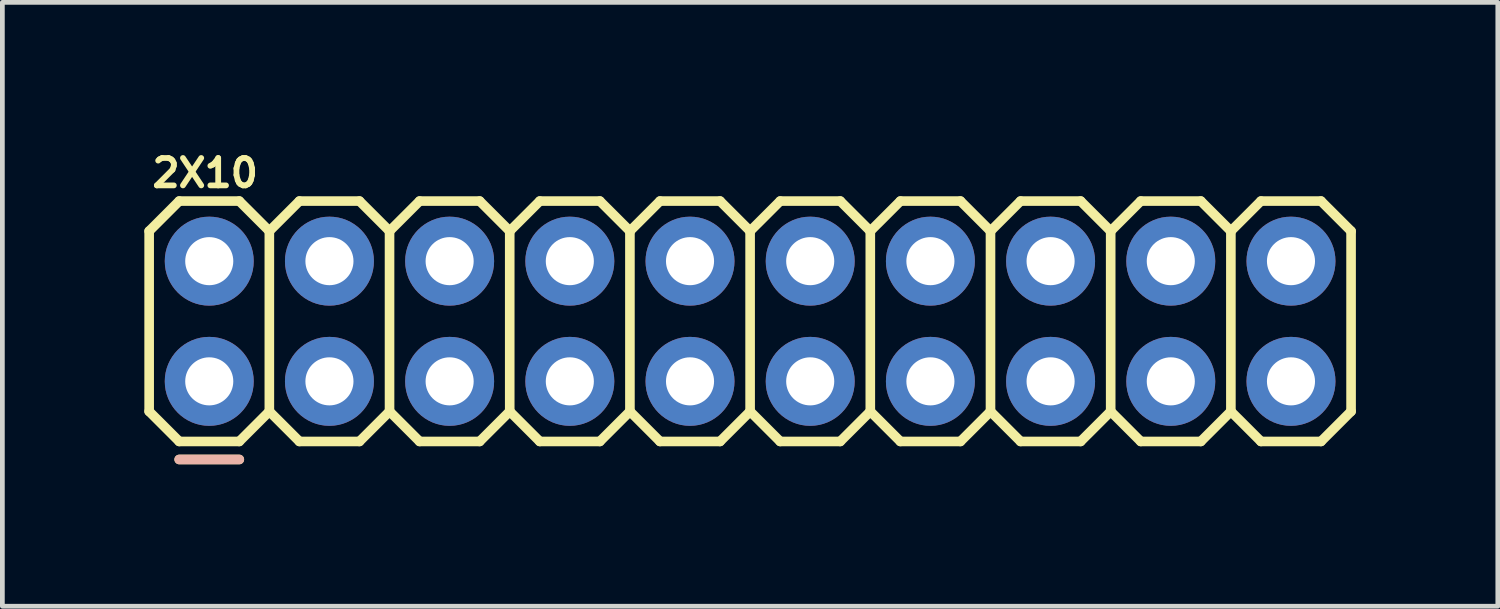
<source format=kicad_pcb>
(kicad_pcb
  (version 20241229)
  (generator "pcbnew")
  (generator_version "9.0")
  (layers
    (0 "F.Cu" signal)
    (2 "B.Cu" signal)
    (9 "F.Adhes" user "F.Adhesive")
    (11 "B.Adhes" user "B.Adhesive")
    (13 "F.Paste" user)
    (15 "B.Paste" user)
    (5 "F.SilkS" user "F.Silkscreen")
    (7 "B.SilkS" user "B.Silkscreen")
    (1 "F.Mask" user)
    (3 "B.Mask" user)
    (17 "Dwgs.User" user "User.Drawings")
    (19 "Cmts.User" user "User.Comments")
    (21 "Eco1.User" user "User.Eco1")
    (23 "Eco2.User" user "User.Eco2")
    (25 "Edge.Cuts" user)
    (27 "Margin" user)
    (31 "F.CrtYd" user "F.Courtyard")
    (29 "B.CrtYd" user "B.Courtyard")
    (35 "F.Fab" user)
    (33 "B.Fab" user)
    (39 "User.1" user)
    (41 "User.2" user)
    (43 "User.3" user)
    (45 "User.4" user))
  (footprint "2X10"
    (layer "F.Cu")
    (at 1.372 5.009)
    (property "Reference" "2X10" (at -1.27 -4.064 0) (layer "F.SilkS") (effects (font (size 0.579 0.579) (thickness 0.122)) (justify left bottom)))
    (attr through_hole)
    (fp_line (start -1.27 -3.175) (end -0.635 -3.81) (stroke (width 0.203) (type solid)) (layer "F.SilkS"))
    (fp_line (start -1.27 0.635) (end -1.27 -3.175) (stroke (width 0.203) (type solid)) (layer "F.SilkS"))
    (fp_line (start -1.27 0.635) (end -0.635 1.27) (stroke (width 0.203) (type solid)) (layer "F.SilkS"))
    (fp_line (start -0.635 -3.81) (end 0.635 -3.81) (stroke (width 0.203) (type solid)) (layer "F.SilkS"))
    (fp_line (start -0.635 1.27) (end 0.635 1.27) (stroke (width 0.203) (type solid)) (layer "F.SilkS"))
    (fp_line (start -0.635 1.651) (end 0.635 1.651) (stroke (width 0.203) (type solid)) (layer "F.SilkS"))
    (fp_line (start 0.635 -3.81) (end 1.27 -3.175) (stroke (width 0.203) (type solid)) (layer "F.SilkS"))
    (fp_line (start 0.635 1.27) (end 1.27 0.635) (stroke (width 0.203) (type solid)) (layer "F.SilkS"))
    (fp_line (start 1.27 -3.175) (end 1.27 0.635) (stroke (width 0.203) (type solid)) (layer "F.SilkS"))
    (fp_line (start 1.27 -3.175) (end 1.905 -3.81) (stroke (width 0.203) (type solid)) (layer "F.SilkS"))
    (fp_line (start 1.27 0.635) (end 1.905 1.27) (stroke (width 0.203) (type solid)) (layer "F.SilkS"))
    (fp_line (start 1.905 -3.81) (end 3.175 -3.81) (stroke (width 0.203) (type solid)) (layer "F.SilkS"))
    (fp_line (start 1.905 1.27) (end 3.175 1.27) (stroke (width 0.203) (type solid)) (layer "F.SilkS"))
    (fp_line (start 3.175 -3.81) (end 3.81 -3.175) (stroke (width 0.203) (type solid)) (layer "F.SilkS"))
    (fp_line (start 3.175 1.27) (end 3.81 0.635) (stroke (width 0.203) (type solid)) (layer "F.SilkS"))
    (fp_line (start 3.81 -3.175) (end 3.81 0.635) (stroke (width 0.203) (type solid)) (layer "F.SilkS"))
    (fp_line (start 3.81 -3.175) (end 4.445 -3.81) (stroke (width 0.203) (type solid)) (layer "F.SilkS"))
    (fp_line (start 3.81 0.635) (end 4.445 1.27) (stroke (width 0.203) (type solid)) (layer "F.SilkS"))
    (fp_line (start 4.445 -3.81) (end 5.715 -3.81) (stroke (width 0.203) (type solid)) (layer "F.SilkS"))
    (fp_line (start 4.445 1.27) (end 5.715 1.27) (stroke (width 0.203) (type solid)) (layer "F.SilkS"))
    (fp_line (start 5.715 -3.81) (end 6.35 -3.175) (stroke (width 0.203) (type solid)) (layer "F.SilkS"))
    (fp_line (start 5.715 1.27) (end 6.35 0.635) (stroke (width 0.203) (type solid)) (layer "F.SilkS"))
    (fp_line (start 6.35 -3.175) (end 6.35 0.635) (stroke (width 0.203) (type solid)) (layer "F.SilkS"))
    (fp_line (start 6.35 -3.175) (end 6.985 -3.81) (stroke (width 0.203) (type solid)) (layer "F.SilkS"))
    (fp_line (start 6.35 0.635) (end 6.985 1.27) (stroke (width 0.203) (type solid)) (layer "F.SilkS"))
    (fp_line (start 6.985 -3.81) (end 8.255 -3.81) (stroke (width 0.203) (type solid)) (layer "F.SilkS"))
    (fp_line (start 6.985 1.27) (end 8.255 1.27) (stroke (width 0.203) (type solid)) (layer "F.SilkS"))
    (fp_line (start 8.255 -3.81) (end 8.89 -3.175) (stroke (width 0.203) (type solid)) (layer "F.SilkS"))
    (fp_line (start 8.255 1.27) (end 8.89 0.635) (stroke (width 0.203) (type solid)) (layer "F.SilkS"))
    (fp_line (start 8.89 -3.175) (end 8.89 0.635) (stroke (width 0.203) (type solid)) (layer "F.SilkS"))
    (fp_line (start 8.89 -3.175) (end 9.525 -3.81) (stroke (width 0.203) (type solid)) (layer "F.SilkS"))
    (fp_line (start 8.89 0.635) (end 9.525 1.27) (stroke (width 0.203) (type solid)) (layer "F.SilkS"))
    (fp_line (start 9.525 -3.81) (end 10.795 -3.81) (stroke (width 0.203) (type solid)) (layer "F.SilkS"))
    (fp_line (start 9.525 1.27) (end 10.795 1.27) (stroke (width 0.203) (type solid)) (layer "F.SilkS"))
    (fp_line (start 10.795 -3.81) (end 11.43 -3.175) (stroke (width 0.203) (type solid)) (layer "F.SilkS"))
    (fp_line (start 10.795 1.27) (end 11.43 0.635) (stroke (width 0.203) (type solid)) (layer "F.SilkS"))
    (fp_line (start 11.43 -3.175) (end 11.43 0.635) (stroke (width 0.203) (type solid)) (layer "F.SilkS"))
    (fp_line (start 11.43 -3.175) (end 12.065 -3.81) (stroke (width 0.203) (type solid)) (layer "F.SilkS"))
    (fp_line (start 11.43 0.635) (end 12.065 1.27) (stroke (width 0.203) (type solid)) (layer "F.SilkS"))
    (fp_line (start 12.065 -3.81) (end 13.335 -3.81) (stroke (width 0.203) (type solid)) (layer "F.SilkS"))
    (fp_line (start 12.065 1.27) (end 13.335 1.27) (stroke (width 0.203) (type solid)) (layer "F.SilkS"))
    (fp_line (start 13.335 -3.81) (end 13.97 -3.175) (stroke (width 0.203) (type solid)) (layer "F.SilkS"))
    (fp_line (start 13.335 1.27) (end 13.97 0.635) (stroke (width 0.203) (type solid)) (layer "F.SilkS"))
    (fp_line (start 13.97 -3.175) (end 13.97 0.635) (stroke (width 0.203) (type solid)) (layer "F.SilkS"))
    (fp_line (start 13.97 -3.175) (end 14.605 -3.81) (stroke (width 0.203) (type solid)) (layer "F.SilkS"))
    (fp_line (start 13.97 0.635) (end 14.605 1.27) (stroke (width 0.203) (type solid)) (layer "F.SilkS"))
    (fp_line (start 14.605 -3.81) (end 15.875 -3.81) (stroke (width 0.203) (type solid)) (layer "F.SilkS"))
    (fp_line (start 14.605 1.27) (end 15.875 1.27) (stroke (width 0.203) (type solid)) (layer "F.SilkS"))
    (fp_line (start 15.875 -3.81) (end 16.51 -3.175) (stroke (width 0.203) (type solid)) (layer "F.SilkS"))
    (fp_line (start 16.51 -3.175) (end 16.51 0.635) (stroke (width 0.203) (type solid)) (layer "F.SilkS"))
    (fp_line (start 16.51 -3.175) (end 17.145 -3.81) (stroke (width 0.203) (type solid)) (layer "F.SilkS"))
    (fp_line (start 16.51 0.635) (end 15.875 1.27) (stroke (width 0.203) (type solid)) (layer "F.SilkS"))
    (fp_line (start 16.51 0.635) (end 17.145 1.27) (stroke (width 0.203) (type solid)) (layer "F.SilkS"))
    (fp_line (start 17.145 -3.81) (end 18.415 -3.81) (stroke (width 0.203) (type solid)) (layer "F.SilkS"))
    (fp_line (start 17.145 1.27) (end 18.415 1.27) (stroke (width 0.203) (type solid)) (layer "F.SilkS"))
    (fp_line (start 18.415 -3.81) (end 19.05 -3.175) (stroke (width 0.203) (type solid)) (layer "F.SilkS"))
    (fp_line (start 19.05 -3.175) (end 19.05 0.635) (stroke (width 0.203) (type solid)) (layer "F.SilkS"))
    (fp_line (start 19.05 -3.175) (end 19.685 -3.81) (stroke (width 0.203) (type solid)) (layer "F.SilkS"))
    (fp_line (start 19.05 0.635) (end 18.415 1.27) (stroke (width 0.203) (type solid)) (layer "F.SilkS"))
    (fp_line (start 19.05 0.635) (end 19.685 1.27) (stroke (width 0.203) (type solid)) (layer "F.SilkS"))
    (fp_line (start 19.685 -3.81) (end 20.955 -3.81) (stroke (width 0.203) (type solid)) (layer "F.SilkS"))
    (fp_line (start 19.685 1.27) (end 20.955 1.27) (stroke (width 0.203) (type solid)) (layer "F.SilkS"))
    (fp_line (start 20.955 -3.81) (end 21.59 -3.175) (stroke (width 0.203) (type solid)) (layer "F.SilkS"))
    (fp_line (start 21.59 -3.175) (end 21.59 0.635) (stroke (width 0.203) (type solid)) (layer "F.SilkS"))
    (fp_line (start 21.59 -3.175) (end 22.225 -3.81) (stroke (width 0.203) (type solid)) (layer "F.SilkS"))
    (fp_line (start 21.59 0.635) (end 20.955 1.27) (stroke (width 0.203) (type solid)) (layer "F.SilkS"))
    (fp_line (start 21.59 0.635) (end 22.225 1.27) (stroke (width 0.203) (type solid)) (layer "F.SilkS"))
    (fp_line (start 22.225 -3.81) (end 23.495 -3.81) (stroke (width 0.203) (type solid)) (layer "F.SilkS"))
    (fp_line (start 22.225 1.27) (end 23.495 1.27) (stroke (width 0.203) (type solid)) (layer "F.SilkS"))
    (fp_line (start 23.495 -3.81) (end 24.13 -3.175) (stroke (width 0.203) (type solid)) (layer "F.SilkS"))
    (fp_line (start 24.13 -3.175) (end 24.13 0.635) (stroke (width 0.203) (type solid)) (layer "F.SilkS"))
    (fp_line (start 24.13 0.635) (end 23.495 1.27) (stroke (width 0.203) (type solid)) (layer "F.SilkS"))
    (fp_line (start -0.635 1.651) (end 0.635 1.651) (stroke (width 0.203) (type solid)) (layer "B.SilkS"))
    (fp_poly (pts (xy -0.254 -2.286) (xy 0.254 -2.286) (xy 0.254 -2.794) (xy -0.254 -2.794)) (stroke (width 0.1) (type solid)) (fill no) (layer "F.Fab"))
    (fp_poly (pts (xy -0.254 0.254) (xy 0.254 0.254) (xy 0.254 -0.254) (xy -0.254 -0.254)) (stroke (width 0.1) (type solid)) (fill no) (layer "F.Fab"))
    (fp_poly (pts (xy 2.286 -2.286) (xy 2.794 -2.286) (xy 2.794 -2.794) (xy 2.286 -2.794)) (stroke (width 0.1) (type solid)) (fill no) (layer "F.Fab"))
    (fp_poly (pts (xy 2.286 0.254) (xy 2.794 0.254) (xy 2.794 -0.254) (xy 2.286 -0.254)) (stroke (width 0.1) (type solid)) (fill no) (layer "F.Fab"))
    (fp_poly (pts (xy 4.826 -2.286) (xy 5.334 -2.286) (xy 5.334 -2.794) (xy 4.826 -2.794)) (stroke (width 0.1) (type solid)) (fill no) (layer "F.Fab"))
    (fp_poly (pts (xy 4.826 0.254) (xy 5.334 0.254) (xy 5.334 -0.254) (xy 4.826 -0.254)) (stroke (width 0.1) (type solid)) (fill no) (layer "F.Fab"))
    (fp_poly (pts (xy 7.366 -2.286) (xy 7.874 -2.286) (xy 7.874 -2.794) (xy 7.366 -2.794)) (stroke (width 0.1) (type solid)) (fill no) (layer "F.Fab"))
    (fp_poly (pts (xy 7.366 0.254) (xy 7.874 0.254) (xy 7.874 -0.254) (xy 7.366 -0.254)) (stroke (width 0.1) (type solid)) (fill no) (layer "F.Fab"))
    (fp_poly (pts (xy 9.906 -2.286) (xy 10.414 -2.286) (xy 10.414 -2.794) (xy 9.906 -2.794)) (stroke (width 0.1) (type solid)) (fill no) (layer "F.Fab"))
    (fp_poly (pts (xy 9.906 0.254) (xy 10.414 0.254) (xy 10.414 -0.254) (xy 9.906 -0.254)) (stroke (width 0.1) (type solid)) (fill no) (layer "F.Fab"))
    (fp_poly (pts (xy 12.446 -2.286) (xy 12.954 -2.286) (xy 12.954 -2.794) (xy 12.446 -2.794)) (stroke (width 0.1) (type solid)) (fill no) (layer "F.Fab"))
    (fp_poly (pts (xy 12.446 0.254) (xy 12.954 0.254) (xy 12.954 -0.254) (xy 12.446 -0.254)) (stroke (width 0.1) (type solid)) (fill no) (layer "F.Fab"))
    (fp_poly (pts (xy 14.986 -2.286) (xy 15.494 -2.286) (xy 15.494 -2.794) (xy 14.986 -2.794)) (stroke (width 0.1) (type solid)) (fill no) (layer "F.Fab"))
    (fp_poly (pts (xy 14.986 0.254) (xy 15.494 0.254) (xy 15.494 -0.254) (xy 14.986 -0.254)) (stroke (width 0.1) (type solid)) (fill no) (layer "F.Fab"))
    (fp_poly (pts (xy 17.526 -2.286) (xy 18.034 -2.286) (xy 18.034 -2.794) (xy 17.526 -2.794)) (stroke (width 0.1) (type solid)) (fill no) (layer "F.Fab"))
    (fp_poly (pts (xy 17.526 0.254) (xy 18.034 0.254) (xy 18.034 -0.254) (xy 17.526 -0.254)) (stroke (width 0.1) (type solid)) (fill no) (layer "F.Fab"))
    (fp_poly (pts (xy 20.066 -2.286) (xy 20.574 -2.286) (xy 20.574 -2.794) (xy 20.066 -2.794)) (stroke (width 0.1) (type solid)) (fill no) (layer "F.Fab"))
    (fp_poly (pts (xy 20.066 0.254) (xy 20.574 0.254) (xy 20.574 -0.254) (xy 20.066 -0.254)) (stroke (width 0.1) (type solid)) (fill no) (layer "F.Fab"))
    (fp_poly (pts (xy 22.606 -2.286) (xy 23.114 -2.286) (xy 23.114 -2.794) (xy 22.606 -2.794)) (stroke (width 0.1) (type solid)) (fill no) (layer "F.Fab"))
    (fp_poly (pts (xy 22.606 0.254) (xy 23.114 0.254) (xy 23.114 -0.254) (xy 22.606 -0.254)) (stroke (width 0.1) (type solid)) (fill no) (layer "F.Fab"))
    (pad "1" thru_hole circle (at 0 0) (size 1.88 1.88) (drill 1.016) (layers "*.Cu" "*.Mask"))
    (pad "2" thru_hole circle (at 0 -2.54) (size 1.88 1.88) (drill 1.016) (layers "*.Cu" "*.Mask"))
    (pad "3" thru_hole circle (at 2.54 0) (size 1.88 1.88) (drill 1.016) (layers "*.Cu" "*.Mask"))
    (pad "4" thru_hole circle (at 2.54 -2.54) (size 1.88 1.88) (drill 1.016) (layers "*.Cu" "*.Mask"))
    (pad "5" thru_hole circle (at 5.08 0) (size 1.88 1.88) (drill 1.016) (layers "*.Cu" "*.Mask"))
    (pad "6" thru_hole circle (at 5.08 -2.54) (size 1.88 1.88) (drill 1.016) (layers "*.Cu" "*.Mask"))
    (pad "7" thru_hole circle (at 7.62 0) (size 1.88 1.88) (drill 1.016) (layers "*.Cu" "*.Mask"))
    (pad "8" thru_hole circle (at 7.62 -2.54) (size 1.88 1.88) (drill 1.016) (layers "*.Cu" "*.Mask"))
    (pad "9" thru_hole circle (at 10.16 0) (size 1.88 1.88) (drill 1.016) (layers "*.Cu" "*.Mask"))
    (pad "10" thru_hole circle (at 10.16 -2.54) (size 1.88 1.88) (drill 1.016) (layers "*.Cu" "*.Mask"))
    (pad "11" thru_hole circle (at 12.7 0) (size 1.88 1.88) (drill 1.016) (layers "*.Cu" "*.Mask"))
    (pad "12" thru_hole circle (at 12.7 -2.54) (size 1.88 1.88) (drill 1.016) (layers "*.Cu" "*.Mask"))
    (pad "13" thru_hole circle (at 15.24 0) (size 1.88 1.88) (drill 1.016) (layers "*.Cu" "*.Mask"))
    (pad "14" thru_hole circle (at 15.24 -2.54) (size 1.88 1.88) (drill 1.016) (layers "*.Cu" "*.Mask"))
    (pad "15" thru_hole circle (at 17.78 0) (size 1.88 1.88) (drill 1.016) (layers "*.Cu" "*.Mask"))
    (pad "16" thru_hole circle (at 17.78 -2.54) (size 1.88 1.88) (drill 1.016) (layers "*.Cu" "*.Mask"))
    (pad "17" thru_hole circle (at 20.32 0) (size 1.88 1.88) (drill 1.016) (layers "*.Cu" "*.Mask"))
    (pad "18" thru_hole circle (at 20.32 -2.54) (size 1.88 1.88) (drill 1.016) (layers "*.Cu" "*.Mask"))
    (pad "19" thru_hole circle (at 22.86 0) (size 1.88 1.88) (drill 1.016) (layers "*.Cu" "*.Mask"))
    (pad "20" thru_hole circle (at 22.86 -2.54) (size 1.88 1.88) (drill 1.016) (layers "*.Cu" "*.Mask")))
  (gr_rect
    (start -3 -3)
    (end 28.603 9.761)
    (stroke (width 0.1) (type default))
    (fill no)
    (layer "Edge.Cuts")))
</source>
